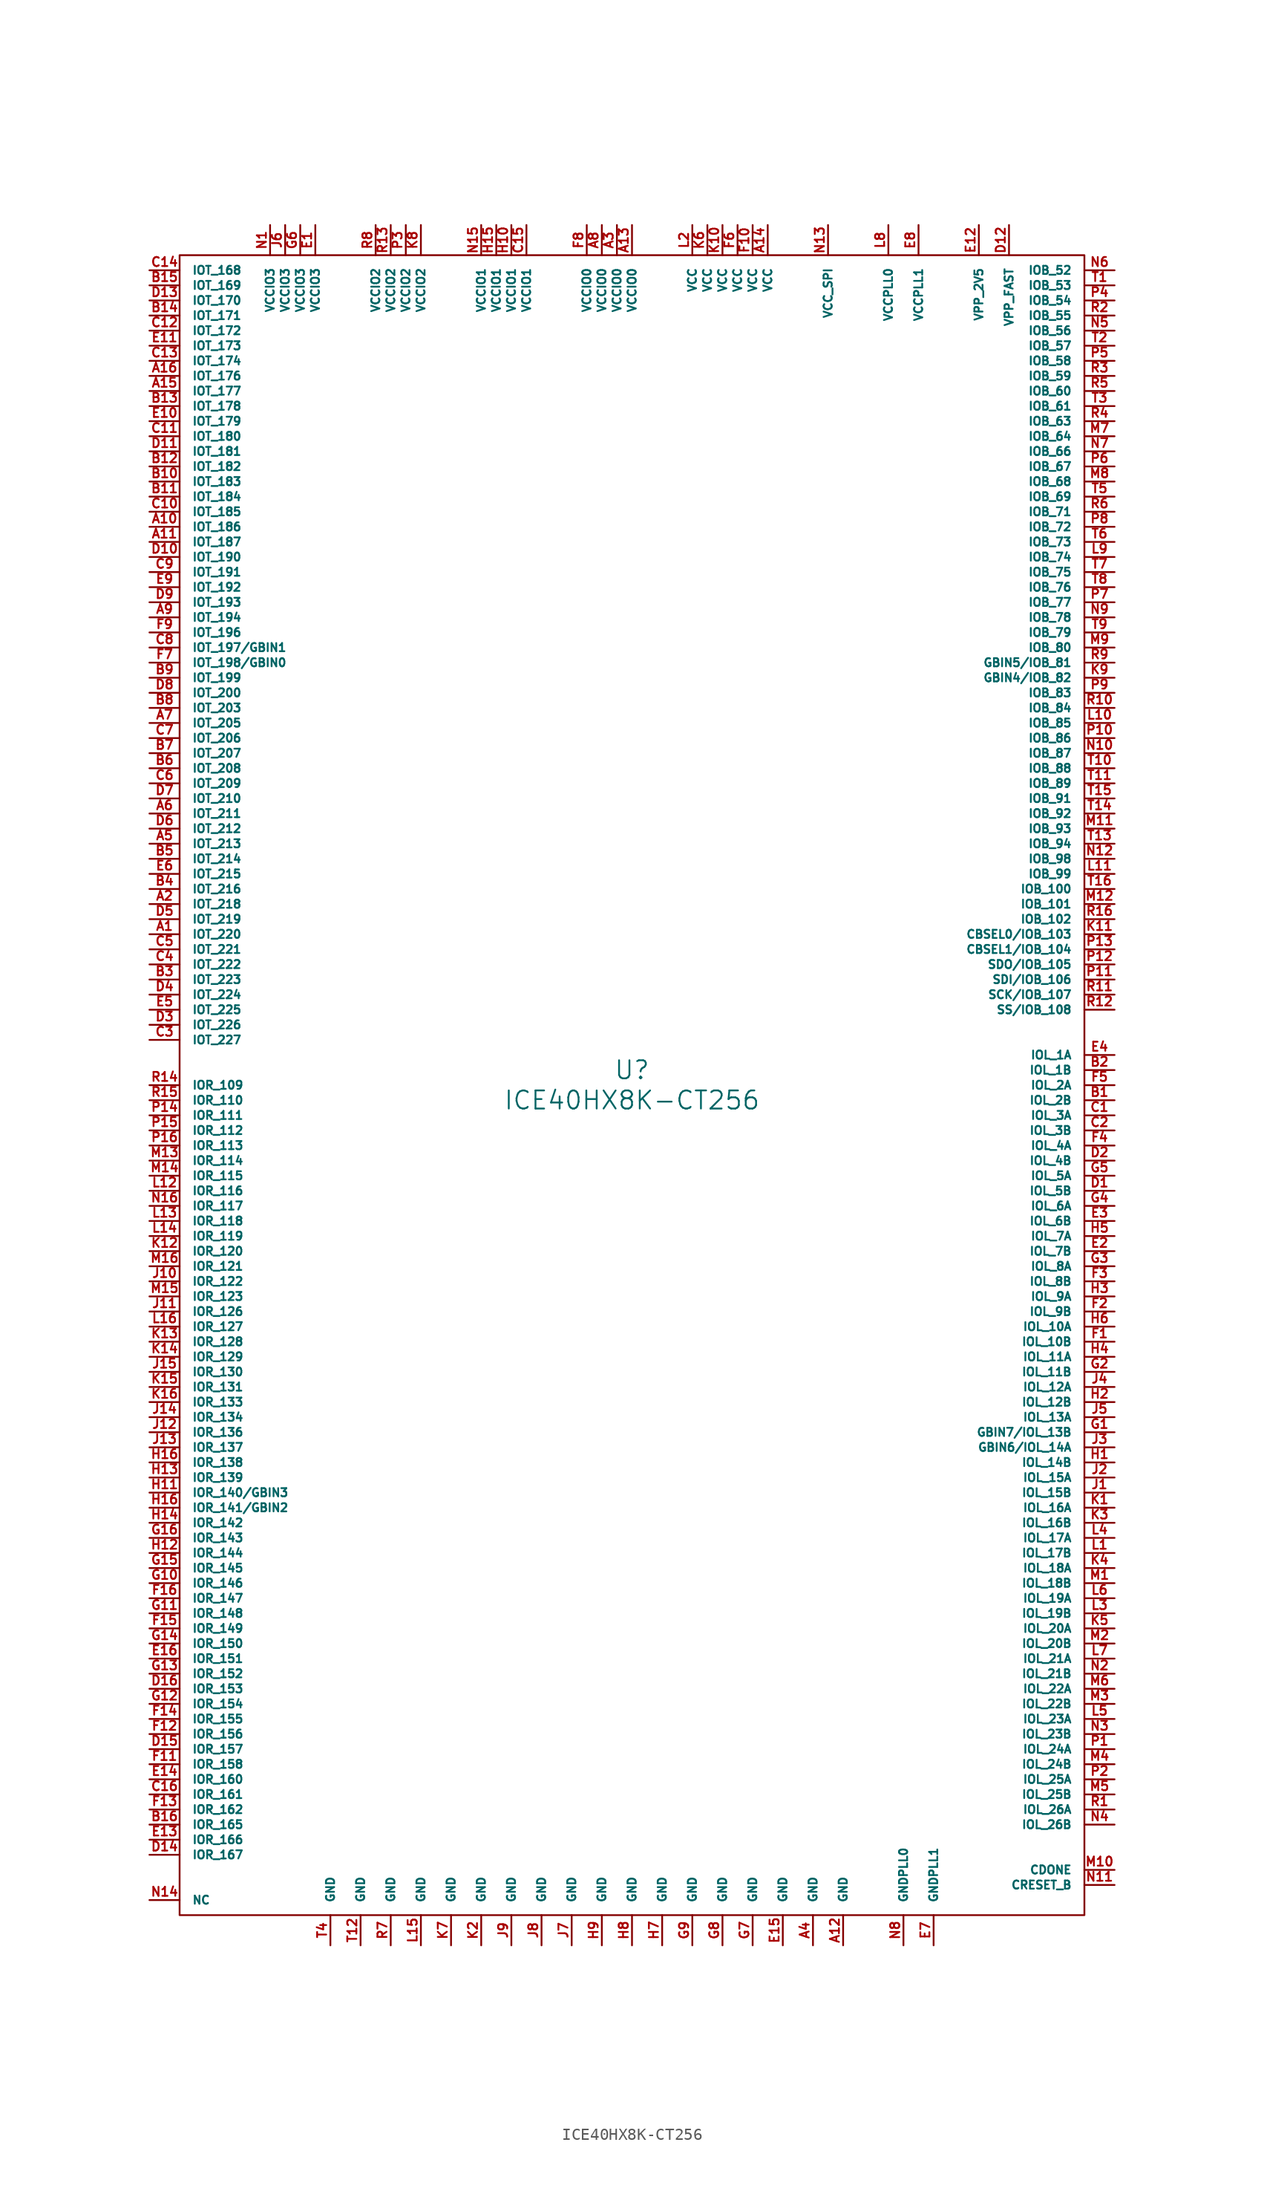
<source format=kicad_sym>
(kicad_symbol_lib
  (version 20220914)
  (generator kicad_symbol_editor)
  (symbol "ICE40HX8K-CT256"
    (pin_names
      (offset 1.016))
    (property "Reference" "U"
      (at 0 1.27 0)
      (effects (font (size 1.524 1.524))))
    (property "Value" "ICE40HX8K-CT256"
      (at 0 -1.27 0)
      (effects (font (size 1.524 1.524))))
    (property "Footprint" ""
      (at 0 3.81 0)
      (effects (font (size 1.524 1.524))))
    (property "Datasheet" ""
      (at 0 0 0)
      (effects (font (size 1.524 1.524))))
    (symbol "ICE40HX8K-CT256_0_0"
      (rectangle (start -38.1 -69.85) (end 38.1 69.85) (stroke (width 0) (type solid)) (fill (type none))))
    (symbol "ICE40HX8K-CT256_1_1"
      (pin passive line (at -40.64 12.7 0) (length 2.54) (name "IOT_220" (effects (font (size 0.686 0.686)))) (number "A1" (effects (font (size 0.762 0.762)))))
      (pin passive line (at -40.64 46.99 0) (length 2.54) (name "IOT_186" (effects (font (size 0.686 0.686)))) (number "A10" (effects (font (size 0.762 0.762)))))
      (pin passive line (at -40.64 45.72 0) (length 2.54) (name "IOT_187" (effects (font (size 0.686 0.686)))) (number "A11" (effects (font (size 0.762 0.762)))))
      (pin passive line (at 17.78 -72.39 90) (length 2.54) (name "GND" (effects (font (size 0.686 0.686)))) (number "A12" (effects (font (size 0.762 0.762)))))
      (pin passive line (at 0 72.39 270) (length 2.54) (name "VCCIO0" (effects (font (size 0.686 0.686)))) (number "A13" (effects (font (size 0.762 0.762)))))
      (pin passive line (at 11.43 72.39 270) (length 2.54) (name "VCC" (effects (font (size 0.686 0.686)))) (number "A14" (effects (font (size 0.762 0.762)))))
      (pin passive line (at -40.64 58.42 0) (length 2.54) (name "IOT_177" (effects (font (size 0.686 0.686)))) (number "A15" (effects (font (size 0.762 0.762)))))
      (pin passive line (at -40.64 59.69 0) (length 2.54) (name "IOT_176" (effects (font (size 0.686 0.686)))) (number "A16" (effects (font (size 0.762 0.762)))))
      (pin passive line (at -40.64 15.24 0) (length 2.54) (name "IOT_218" (effects (font (size 0.686 0.686)))) (number "A2" (effects (font (size 0.762 0.762)))))
      (pin passive line (at -1.27 72.39 270) (length 2.54) (name "VCCIO0" (effects (font (size 0.686 0.686)))) (number "A3" (effects (font (size 0.762 0.762)))))
      (pin passive line (at 15.24 -72.39 90) (length 2.54) (name "GND" (effects (font (size 0.686 0.686)))) (number "A4" (effects (font (size 0.762 0.762)))))
      (pin passive line (at -40.64 20.32 0) (length 2.54) (name "IOT_213" (effects (font (size 0.686 0.686)))) (number "A5" (effects (font (size 0.762 0.762)))))
      (pin passive line (at -40.64 22.86 0) (length 2.54) (name "IOT_211" (effects (font (size 0.686 0.686)))) (number "A6" (effects (font (size 0.762 0.762)))))
      (pin passive line (at -40.64 30.48 0) (length 2.54) (name "IOT_205" (effects (font (size 0.686 0.686)))) (number "A7" (effects (font (size 0.762 0.762)))))
      (pin passive line (at -2.54 72.39 270) (length 2.54) (name "VCCIO0" (effects (font (size 0.686 0.686)))) (number "A8" (effects (font (size 0.762 0.762)))))
      (pin passive line (at -40.64 39.37 0) (length 2.54) (name "IOT_194" (effects (font (size 0.686 0.686)))) (number "A9" (effects (font (size 0.762 0.762)))))
      (pin passive line (at 40.64 -1.27 180) (length 2.54) (name "IOL_2B" (effects (font (size 0.686 0.686)))) (number "B1" (effects (font (size 0.762 0.762)))))
      (pin passive line (at -40.64 50.8 0) (length 2.54) (name "IOT_183" (effects (font (size 0.686 0.686)))) (number "B10" (effects (font (size 0.762 0.762)))))
      (pin passive line (at -40.64 49.53 0) (length 2.54) (name "IOT_184" (effects (font (size 0.686 0.686)))) (number "B11" (effects (font (size 0.762 0.762)))))
      (pin passive line (at -40.64 52.07 0) (length 2.54) (name "IOT_182" (effects (font (size 0.686 0.686)))) (number "B12" (effects (font (size 0.762 0.762)))))
      (pin passive line (at -40.64 57.15 0) (length 2.54) (name "IOT_178" (effects (font (size 0.686 0.686)))) (number "B13" (effects (font (size 0.762 0.762)))))
      (pin passive line (at -40.64 64.77 0) (length 2.54) (name "IOT_171" (effects (font (size 0.686 0.686)))) (number "B14" (effects (font (size 0.762 0.762)))))
      (pin passive line (at -40.64 67.31 0) (length 2.54) (name "IOT_169" (effects (font (size 0.686 0.686)))) (number "B15" (effects (font (size 0.762 0.762)))))
      (pin passive line (at -40.64 -62.23 0) (length 2.54) (name "IOR_165" (effects (font (size 0.686 0.686)))) (number "B16" (effects (font (size 0.762 0.762)))))
      (pin passive line (at 40.64 1.27 180) (length 2.54) (name "IOL_1B" (effects (font (size 0.686 0.686)))) (number "B2" (effects (font (size 0.762 0.762)))))
      (pin passive line (at -40.64 8.89 0) (length 2.54) (name "IOT_223" (effects (font (size 0.686 0.686)))) (number "B3" (effects (font (size 0.762 0.762)))))
      (pin passive line (at -40.64 16.51 0) (length 2.54) (name "IOT_216" (effects (font (size 0.686 0.686)))) (number "B4" (effects (font (size 0.762 0.762)))))
      (pin passive line (at -40.64 19.05 0) (length 2.54) (name "IOT_214" (effects (font (size 0.686 0.686)))) (number "B5" (effects (font (size 0.762 0.762)))))
      (pin passive line (at -40.64 26.67 0) (length 2.54) (name "IOT_208" (effects (font (size 0.686 0.686)))) (number "B6" (effects (font (size 0.762 0.762)))))
      (pin passive line (at -40.64 27.94 0) (length 2.54) (name "IOT_207" (effects (font (size 0.686 0.686)))) (number "B7" (effects (font (size 0.762 0.762)))))
      (pin passive line (at -40.64 31.75 0) (length 2.54) (name "IOT_203" (effects (font (size 0.686 0.686)))) (number "B8" (effects (font (size 0.762 0.762)))))
      (pin passive line (at -40.64 34.29 0) (length 2.54) (name "IOT_199" (effects (font (size 0.686 0.686)))) (number "B9" (effects (font (size 0.762 0.762)))))
      (pin passive line (at 40.64 -2.54 180) (length 2.54) (name "IOL_3A" (effects (font (size 0.686 0.686)))) (number "C1" (effects (font (size 0.762 0.762)))))
      (pin passive line (at -40.64 48.26 0) (length 2.54) (name "IOT_185" (effects (font (size 0.686 0.686)))) (number "C10" (effects (font (size 0.762 0.762)))))
      (pin passive line (at -40.64 54.61 0) (length 2.54) (name "IOT_180" (effects (font (size 0.686 0.686)))) (number "C11" (effects (font (size 0.762 0.762)))))
      (pin passive line (at -40.64 63.5 0) (length 2.54) (name "IOT_172" (effects (font (size 0.686 0.686)))) (number "C12" (effects (font (size 0.762 0.762)))))
      (pin passive line (at -40.64 60.96 0) (length 2.54) (name "IOT_174" (effects (font (size 0.686 0.686)))) (number "C13" (effects (font (size 0.762 0.762)))))
      (pin passive line (at -40.64 68.58 0) (length 2.54) (name "IOT_168" (effects (font (size 0.686 0.686)))) (number "C14" (effects (font (size 0.762 0.762)))))
      (pin passive line (at -8.89 72.39 270) (length 2.54) (name "VCCIO1" (effects (font (size 0.686 0.686)))) (number "C15" (effects (font (size 0.762 0.762)))))
      (pin passive line (at -40.64 -59.69 0) (length 2.54) (name "IOR_161" (effects (font (size 0.686 0.686)))) (number "C16" (effects (font (size 0.762 0.762)))))
      (pin passive line (at 40.64 -3.81 180) (length 2.54) (name "IOL_3B" (effects (font (size 0.686 0.686)))) (number "C2" (effects (font (size 0.762 0.762)))))
      (pin passive line (at -40.64 3.81 0) (length 2.54) (name "IOT_227" (effects (font (size 0.686 0.686)))) (number "C3" (effects (font (size 0.762 0.762)))))
      (pin passive line (at -40.64 10.16 0) (length 2.54) (name "IOT_222" (effects (font (size 0.686 0.686)))) (number "C4" (effects (font (size 0.762 0.762)))))
      (pin passive line (at -40.64 11.43 0) (length 2.54) (name "IOT_221" (effects (font (size 0.686 0.686)))) (number "C5" (effects (font (size 0.762 0.762)))))
      (pin passive line (at -40.64 25.4 0) (length 2.54) (name "IOT_209" (effects (font (size 0.686 0.686)))) (number "C6" (effects (font (size 0.762 0.762)))))
      (pin passive line (at -40.64 29.21 0) (length 2.54) (name "IOT_206" (effects (font (size 0.686 0.686)))) (number "C7" (effects (font (size 0.762 0.762)))))
      (pin passive line (at -40.64 36.83 0) (length 2.54) (name "IOT_197/GBIN1" (effects (font (size 0.686 0.686)))) (number "C8" (effects (font (size 0.762 0.762)))))
      (pin passive line (at -40.64 43.18 0) (length 2.54) (name "IOT_191" (effects (font (size 0.686 0.686)))) (number "C9" (effects (font (size 0.762 0.762)))))
      (pin passive line (at 40.64 -8.89 180) (length 2.54) (name "IOL_5B" (effects (font (size 0.686 0.686)))) (number "D1" (effects (font (size 0.762 0.762)))))
      (pin passive line (at -40.64 44.45 0) (length 2.54) (name "IOT_190" (effects (font (size 0.686 0.686)))) (number "D10" (effects (font (size 0.762 0.762)))))
      (pin passive line (at -40.64 53.34 0) (length 2.54) (name "IOT_181" (effects (font (size 0.686 0.686)))) (number "D11" (effects (font (size 0.762 0.762)))))
      (pin passive line (at 31.75 72.39 270) (length 2.54) (name "VPP_FAST" (effects (font (size 0.686 0.686)))) (number "D12" (effects (font (size 0.762 0.762)))))
      (pin passive line (at -40.64 66.04 0) (length 2.54) (name "IOT_170" (effects (font (size 0.686 0.686)))) (number "D13" (effects (font (size 0.762 0.762)))))
      (pin passive line (at -40.64 -64.77 0) (length 2.54) (name "IOR_167" (effects (font (size 0.686 0.686)))) (number "D14" (effects (font (size 0.762 0.762)))))
      (pin passive line (at -40.64 -55.88 0) (length 2.54) (name "IOR_157" (effects (font (size 0.686 0.686)))) (number "D15" (effects (font (size 0.762 0.762)))))
      (pin passive line (at -40.64 -50.8 0) (length 2.54) (name "IOR_153" (effects (font (size 0.686 0.686)))) (number "D16" (effects (font (size 0.762 0.762)))))
      (pin passive line (at 40.64 -6.35 180) (length 2.54) (name "IOL_4B" (effects (font (size 0.686 0.686)))) (number "D2" (effects (font (size 0.762 0.762)))))
      (pin passive line (at -40.64 5.08 0) (length 2.54) (name "IOT_226" (effects (font (size 0.686 0.686)))) (number "D3" (effects (font (size 0.762 0.762)))))
      (pin passive line (at -40.64 7.62 0) (length 2.54) (name "IOT_224" (effects (font (size 0.686 0.686)))) (number "D4" (effects (font (size 0.762 0.762)))))
      (pin passive line (at -40.64 13.97 0) (length 2.54) (name "IOT_219" (effects (font (size 0.686 0.686)))) (number "D5" (effects (font (size 0.762 0.762)))))
      (pin passive line (at -40.64 21.59 0) (length 2.54) (name "IOT_212" (effects (font (size 0.686 0.686)))) (number "D6" (effects (font (size 0.762 0.762)))))
      (pin passive line (at -40.64 24.13 0) (length 2.54) (name "IOT_210" (effects (font (size 0.686 0.686)))) (number "D7" (effects (font (size 0.762 0.762)))))
      (pin passive line (at -40.64 33.02 0) (length 2.54) (name "IOT_200" (effects (font (size 0.686 0.686)))) (number "D8" (effects (font (size 0.762 0.762)))))
      (pin passive line (at -40.64 40.64 0) (length 2.54) (name "IOT_193" (effects (font (size 0.686 0.686)))) (number "D9" (effects (font (size 0.762 0.762)))))
      (pin passive line (at -26.67 72.39 270) (length 2.54) (name "VCCIO3" (effects (font (size 0.686 0.686)))) (number "E1" (effects (font (size 0.762 0.762)))))
      (pin passive line (at -40.64 55.88 0) (length 2.54) (name "IOT_179" (effects (font (size 0.686 0.686)))) (number "E10" (effects (font (size 0.762 0.762)))))
      (pin passive line (at -40.64 62.23 0) (length 2.54) (name "IOT_173" (effects (font (size 0.686 0.686)))) (number "E11" (effects (font (size 0.762 0.762)))))
      (pin passive line (at 29.21 72.39 270) (length 2.54) (name "VPP_2V5" (effects (font (size 0.686 0.686)))) (number "E12" (effects (font (size 0.762 0.762)))))
      (pin passive line (at -40.64 -63.5 0) (length 2.54) (name "IOR_166" (effects (font (size 0.686 0.686)))) (number "E13" (effects (font (size 0.762 0.762)))))
      (pin passive line (at -40.64 -58.42 0) (length 2.54) (name "IOR_160" (effects (font (size 0.686 0.686)))) (number "E14" (effects (font (size 0.762 0.762)))))
      (pin passive line (at 12.7 -72.39 90) (length 2.54) (name "GND" (effects (font (size 0.686 0.686)))) (number "E15" (effects (font (size 0.762 0.762)))))
      (pin passive line (at -40.64 -48.26 0) (length 2.54) (name "IOR_151" (effects (font (size 0.686 0.686)))) (number "E16" (effects (font (size 0.762 0.762)))))
      (pin passive line (at 40.64 -13.97 180) (length 2.54) (name "IOL_7B" (effects (font (size 0.686 0.686)))) (number "E2" (effects (font (size 0.762 0.762)))))
      (pin passive line (at 40.64 -11.43 180) (length 2.54) (name "IOL_6B" (effects (font (size 0.686 0.686)))) (number "E3" (effects (font (size 0.762 0.762)))))
      (pin passive line (at 40.64 2.54 180) (length 2.54) (name "IOL_1A" (effects (font (size 0.686 0.686)))) (number "E4" (effects (font (size 0.762 0.762)))))
      (pin passive line (at -40.64 6.35 0) (length 2.54) (name "IOT_225" (effects (font (size 0.686 0.686)))) (number "E5" (effects (font (size 0.762 0.762)))))
      (pin passive line (at -40.64 17.78 0) (length 2.54) (name "IOT_215" (effects (font (size 0.686 0.686)))) (number "E6" (effects (font (size 0.762 0.762)))))
      (pin passive line (at 25.4 -72.39 90) (length 2.54) (name "GNDPLL1" (effects (font (size 0.686 0.686)))) (number "E7" (effects (font (size 0.762 0.762)))))
      (pin passive line (at 24.13 72.39 270) (length 2.54) (name "VCCPLL1" (effects (font (size 0.686 0.686)))) (number "E8" (effects (font (size 0.762 0.762)))))
      (pin passive line (at -40.64 41.91 0) (length 2.54) (name "IOT_192" (effects (font (size 0.686 0.686)))) (number "E9" (effects (font (size 0.762 0.762)))))
      (pin passive line (at 40.64 -21.59 180) (length 2.54) (name "IOL_10B" (effects (font (size 0.686 0.686)))) (number "F1" (effects (font (size 0.762 0.762)))))
      (pin passive line (at 10.16 72.39 270) (length 2.54) (name "VCC" (effects (font (size 0.686 0.686)))) (number "F10" (effects (font (size 0.762 0.762)))))
      (pin passive line (at -40.64 -57.15 0) (length 2.54) (name "IOR_158" (effects (font (size 0.686 0.686)))) (number "F11" (effects (font (size 0.762 0.762)))))
      (pin passive line (at -40.64 -54.61 0) (length 2.54) (name "IOR_156" (effects (font (size 0.686 0.686)))) (number "F12" (effects (font (size 0.762 0.762)))))
      (pin passive line (at -40.64 -60.96 0) (length 2.54) (name "IOR_162" (effects (font (size 0.686 0.686)))) (number "F13" (effects (font (size 0.762 0.762)))))
      (pin passive line (at -40.64 -53.34 0) (length 2.54) (name "IOR_155" (effects (font (size 0.686 0.686)))) (number "F14" (effects (font (size 0.762 0.762)))))
      (pin passive line (at -40.64 -45.72 0) (length 2.54) (name "IOR_149" (effects (font (size 0.686 0.686)))) (number "F15" (effects (font (size 0.762 0.762)))))
      (pin passive line (at -40.64 -43.18 0) (length 2.54) (name "IOR_147" (effects (font (size 0.686 0.686)))) (number "F16" (effects (font (size 0.762 0.762)))))
      (pin passive line (at 40.64 -19.05 180) (length 2.54) (name "IOL_9B" (effects (font (size 0.686 0.686)))) (number "F2" (effects (font (size 0.762 0.762)))))
      (pin passive line (at 40.64 -16.51 180) (length 2.54) (name "IOL_8B" (effects (font (size 0.686 0.686)))) (number "F3" (effects (font (size 0.762 0.762)))))
      (pin passive line (at 40.64 -5.08 180) (length 2.54) (name "IOL_4A" (effects (font (size 0.686 0.686)))) (number "F4" (effects (font (size 0.762 0.762)))))
      (pin passive line (at 40.64 0 180) (length 2.54) (name "IOL_2A" (effects (font (size 0.686 0.686)))) (number "F5" (effects (font (size 0.762 0.762)))))
      (pin passive line (at 8.89 72.39 270) (length 2.54) (name "VCC" (effects (font (size 0.686 0.686)))) (number "F6" (effects (font (size 0.762 0.762)))))
      (pin passive line (at -40.64 35.56 0) (length 2.54) (name "IOT_198/GBIN0" (effects (font (size 0.686 0.686)))) (number "F7" (effects (font (size 0.762 0.762)))))
      (pin passive line (at -3.81 72.39 270) (length 2.54) (name "VCCIO0" (effects (font (size 0.686 0.686)))) (number "F8" (effects (font (size 0.762 0.762)))))
      (pin passive line (at -40.64 38.1 0) (length 2.54) (name "IOT_196" (effects (font (size 0.686 0.686)))) (number "F9" (effects (font (size 0.762 0.762)))))
      (pin passive line (at 40.64 -29.21 180) (length 2.54) (name "GBIN7/IOL_13B" (effects (font (size 0.686 0.686)))) (number "G1" (effects (font (size 0.762 0.762)))))
      (pin passive line (at -40.64 -41.91 0) (length 2.54) (name "IOR_146" (effects (font (size 0.686 0.686)))) (number "G10" (effects (font (size 0.762 0.762)))))
      (pin passive line (at -40.64 -44.45 0) (length 2.54) (name "IOR_148" (effects (font (size 0.686 0.686)))) (number "G11" (effects (font (size 0.762 0.762)))))
      (pin passive line (at -40.64 -52.07 0) (length 2.54) (name "IOR_154" (effects (font (size 0.686 0.686)))) (number "G12" (effects (font (size 0.762 0.762)))))
      (pin passive line (at -40.64 -49.53 0) (length 2.54) (name "IOR_152" (effects (font (size 0.686 0.686)))) (number "G13" (effects (font (size 0.762 0.762)))))
      (pin passive line (at -40.64 -46.99 0) (length 2.54) (name "IOR_150" (effects (font (size 0.686 0.686)))) (number "G14" (effects (font (size 0.762 0.762)))))
      (pin passive line (at -40.64 -40.64 0) (length 2.54) (name "IOR_145" (effects (font (size 0.686 0.686)))) (number "G15" (effects (font (size 0.762 0.762)))))
      (pin passive line (at -40.64 -38.1 0) (length 2.54) (name "IOR_143" (effects (font (size 0.686 0.686)))) (number "G16" (effects (font (size 0.762 0.762)))))
      (pin passive line (at 40.64 -24.13 180) (length 2.54) (name "IOL_11B" (effects (font (size 0.686 0.686)))) (number "G2" (effects (font (size 0.762 0.762)))))
      (pin passive line (at 40.64 -15.24 180) (length 2.54) (name "IOL_8A" (effects (font (size 0.686 0.686)))) (number "G3" (effects (font (size 0.762 0.762)))))
      (pin passive line (at 40.64 -10.16 180) (length 2.54) (name "IOL_6A" (effects (font (size 0.686 0.686)))) (number "G4" (effects (font (size 0.762 0.762)))))
      (pin passive line (at 40.64 -7.62 180) (length 2.54) (name "IOL_5A" (effects (font (size 0.686 0.686)))) (number "G5" (effects (font (size 0.762 0.762)))))
      (pin passive line (at -27.94 72.39 270) (length 2.54) (name "VCCIO3" (effects (font (size 0.686 0.686)))) (number "G6" (effects (font (size 0.762 0.762)))))
      (pin passive line (at 10.16 -72.39 90) (length 2.54) (name "GND" (effects (font (size 0.686 0.686)))) (number "G7" (effects (font (size 0.762 0.762)))))
      (pin passive line (at 7.62 -72.39 90) (length 2.54) (name "GND" (effects (font (size 0.686 0.686)))) (number "G8" (effects (font (size 0.762 0.762)))))
      (pin passive line (at 5.08 -72.39 90) (length 2.54) (name "GND" (effects (font (size 0.686 0.686)))) (number "G9" (effects (font (size 0.762 0.762)))))
      (pin passive line (at 40.64 -31.75 180) (length 2.54) (name "IOL_14B" (effects (font (size 0.686 0.686)))) (number "H1" (effects (font (size 0.762 0.762)))))
      (pin passive line (at -10.16 72.39 270) (length 2.54) (name "VCCIO1" (effects (font (size 0.686 0.686)))) (number "H10" (effects (font (size 0.762 0.762)))))
      (pin passive line (at -40.64 -34.29 0) (length 2.54) (name "IOR_140/GBIN3" (effects (font (size 0.686 0.686)))) (number "H11" (effects (font (size 0.762 0.762)))))
      (pin passive line (at -40.64 -39.37 0) (length 2.54) (name "IOR_144" (effects (font (size 0.686 0.686)))) (number "H12" (effects (font (size 0.762 0.762)))))
      (pin passive line (at -40.64 -33.02 0) (length 2.54) (name "IOR_139" (effects (font (size 0.686 0.686)))) (number "H13" (effects (font (size 0.762 0.762)))))
      (pin passive line (at -40.64 -36.83 0) (length 2.54) (name "IOR_142" (effects (font (size 0.686 0.686)))) (number "H14" (effects (font (size 0.762 0.762)))))
      (pin passive line (at -11.43 72.39 270) (length 2.54) (name "VCCIO1" (effects (font (size 0.686 0.686)))) (number "H15" (effects (font (size 0.762 0.762)))))
      (pin passive line (at -40.64 -31.75 0) (length 2.54) (name "IOR_138" (effects (font (size 0.686 0.686)))) (number "H16" (effects (font (size 0.762 0.762)))))
      (pin passive line (at -40.64 -35.56 0) (length 2.54) (name "IOR_141/GBIN2" (effects (font (size 0.686 0.686)))) (number "H16" (effects (font (size 0.762 0.762)))))
      (pin passive line (at 40.64 -26.67 180) (length 2.54) (name "IOL_12B" (effects (font (size 0.686 0.686)))) (number "H2" (effects (font (size 0.762 0.762)))))
      (pin passive line (at 40.64 -17.78 180) (length 2.54) (name "IOL_9A" (effects (font (size 0.686 0.686)))) (number "H3" (effects (font (size 0.762 0.762)))))
      (pin passive line (at 40.64 -22.86 180) (length 2.54) (name "IOL_11A" (effects (font (size 0.686 0.686)))) (number "H4" (effects (font (size 0.762 0.762)))))
      (pin passive line (at 40.64 -12.7 180) (length 2.54) (name "IOL_7A" (effects (font (size 0.686 0.686)))) (number "H5" (effects (font (size 0.762 0.762)))))
      (pin passive line (at 40.64 -20.32 180) (length 2.54) (name "IOL_10A" (effects (font (size 0.686 0.686)))) (number "H6" (effects (font (size 0.762 0.762)))))
      (pin passive line (at 2.54 -72.39 90) (length 2.54) (name "GND" (effects (font (size 0.686 0.686)))) (number "H7" (effects (font (size 0.762 0.762)))))
      (pin passive line (at 0 -72.39 90) (length 2.54) (name "GND" (effects (font (size 0.686 0.686)))) (number "H8" (effects (font (size 0.762 0.762)))))
      (pin passive line (at -2.54 -72.39 90) (length 2.54) (name "GND" (effects (font (size 0.686 0.686)))) (number "H9" (effects (font (size 0.762 0.762)))))
      (pin passive line (at 40.64 -34.29 180) (length 2.54) (name "IOL_15B" (effects (font (size 0.686 0.686)))) (number "J1" (effects (font (size 0.762 0.762)))))
      (pin passive line (at -40.64 -16.51 0) (length 2.54) (name "IOR_122" (effects (font (size 0.686 0.686)))) (number "J10" (effects (font (size 0.762 0.762)))))
      (pin passive line (at -40.64 -19.05 0) (length 2.54) (name "IOR_126" (effects (font (size 0.686 0.686)))) (number "J11" (effects (font (size 0.762 0.762)))))
      (pin passive line (at -40.64 -29.21 0) (length 2.54) (name "IOR_136" (effects (font (size 0.686 0.686)))) (number "J12" (effects (font (size 0.762 0.762)))))
      (pin passive line (at -40.64 -30.48 0) (length 2.54) (name "IOR_137" (effects (font (size 0.686 0.686)))) (number "J13" (effects (font (size 0.762 0.762)))))
      (pin passive line (at -40.64 -27.94 0) (length 2.54) (name "IOR_134" (effects (font (size 0.686 0.686)))) (number "J14" (effects (font (size 0.762 0.762)))))
      (pin passive line (at -40.64 -24.13 0) (length 2.54) (name "IOR_130" (effects (font (size 0.686 0.686)))) (number "J15" (effects (font (size 0.762 0.762)))))
      (pin passive line (at 40.64 -33.02 180) (length 2.54) (name "IOL_15A" (effects (font (size 0.686 0.686)))) (number "J2" (effects (font (size 0.762 0.762)))))
      (pin passive line (at 40.64 -30.48 180) (length 2.54) (name "GBIN6/IOL_14A" (effects (font (size 0.686 0.686)))) (number "J3" (effects (font (size 0.762 0.762)))))
      (pin passive line (at 40.64 -25.4 180) (length 2.54) (name "IOL_12A" (effects (font (size 0.686 0.686)))) (number "J4" (effects (font (size 0.762 0.762)))))
      (pin passive line (at 40.64 -27.94 180) (length 2.54) (name "IOL_13A" (effects (font (size 0.686 0.686)))) (number "J5" (effects (font (size 0.762 0.762)))))
      (pin passive line (at -29.21 72.39 270) (length 2.54) (name "VCCIO3" (effects (font (size 0.686 0.686)))) (number "J6" (effects (font (size 0.762 0.762)))))
      (pin passive line (at -5.08 -72.39 90) (length 2.54) (name "GND" (effects (font (size 0.686 0.686)))) (number "J7" (effects (font (size 0.762 0.762)))))
      (pin passive line (at -7.62 -72.39 90) (length 2.54) (name "GND" (effects (font (size 0.686 0.686)))) (number "J8" (effects (font (size 0.762 0.762)))))
      (pin passive line (at -10.16 -72.39 90) (length 2.54) (name "GND" (effects (font (size 0.686 0.686)))) (number "J9" (effects (font (size 0.762 0.762)))))
      (pin passive line (at 40.64 -35.56 180) (length 2.54) (name "IOL_16A" (effects (font (size 0.686 0.686)))) (number "K1" (effects (font (size 0.762 0.762)))))
      (pin passive line (at 7.62 72.39 270) (length 2.54) (name "VCC" (effects (font (size 0.686 0.686)))) (number "K10" (effects (font (size 0.762 0.762)))))
      (pin passive line (at 40.64 12.7 180) (length 2.54) (name "CBSEL0/IOB_103" (effects (font (size 0.686 0.686)))) (number "K11" (effects (font (size 0.762 0.762)))))
      (pin passive line (at -40.64 -13.97 0) (length 2.54) (name "IOR_120" (effects (font (size 0.686 0.686)))) (number "K12" (effects (font (size 0.762 0.762)))))
      (pin passive line (at -40.64 -21.59 0) (length 2.54) (name "IOR_128" (effects (font (size 0.686 0.686)))) (number "K13" (effects (font (size 0.762 0.762)))))
      (pin passive line (at -40.64 -22.86 0) (length 2.54) (name "IOR_129" (effects (font (size 0.686 0.686)))) (number "K14" (effects (font (size 0.762 0.762)))))
      (pin passive line (at -40.64 -25.4 0) (length 2.54) (name "IOR_131" (effects (font (size 0.686 0.686)))) (number "K15" (effects (font (size 0.762 0.762)))))
      (pin passive line (at -40.64 -26.67 0) (length 2.54) (name "IOR_133" (effects (font (size 0.686 0.686)))) (number "K16" (effects (font (size 0.762 0.762)))))
      (pin passive line (at -12.7 -72.39 90) (length 2.54) (name "GND" (effects (font (size 0.686 0.686)))) (number "K2" (effects (font (size 0.762 0.762)))))
      (pin passive line (at 40.64 -36.83 180) (length 2.54) (name "IOL_16B" (effects (font (size 0.686 0.686)))) (number "K3" (effects (font (size 0.762 0.762)))))
      (pin passive line (at 40.64 -40.64 180) (length 2.54) (name "IOL_18A" (effects (font (size 0.686 0.686)))) (number "K4" (effects (font (size 0.762 0.762)))))
      (pin passive line (at 40.64 -45.72 180) (length 2.54) (name "IOL_20A" (effects (font (size 0.686 0.686)))) (number "K5" (effects (font (size 0.762 0.762)))))
      (pin passive line (at 6.35 72.39 270) (length 2.54) (name "VCC" (effects (font (size 0.686 0.686)))) (number "K6" (effects (font (size 0.762 0.762)))))
      (pin passive line (at -15.24 -72.39 90) (length 2.54) (name "GND" (effects (font (size 0.686 0.686)))) (number "K7" (effects (font (size 0.762 0.762)))))
      (pin passive line (at -17.78 72.39 270) (length 2.54) (name "VCCIO2" (effects (font (size 0.686 0.686)))) (number "K8" (effects (font (size 0.762 0.762)))))
      (pin passive line (at 40.64 34.29 180) (length 2.54) (name "GBIN4/IOB_82" (effects (font (size 0.686 0.686)))) (number "K9" (effects (font (size 0.762 0.762)))))
      (pin passive line (at 40.64 -39.37 180) (length 2.54) (name "IOL_17B" (effects (font (size 0.686 0.686)))) (number "L1" (effects (font (size 0.762 0.762)))))
      (pin passive line (at 40.64 30.48 180) (length 2.54) (name "IOB_85" (effects (font (size 0.686 0.686)))) (number "L10" (effects (font (size 0.762 0.762)))))
      (pin passive line (at 40.64 17.78 180) (length 2.54) (name "IOB_99" (effects (font (size 0.686 0.686)))) (number "L11" (effects (font (size 0.762 0.762)))))
      (pin passive line (at -40.64 -8.89 0) (length 2.54) (name "IOR_116" (effects (font (size 0.686 0.686)))) (number "L12" (effects (font (size 0.762 0.762)))))
      (pin passive line (at -40.64 -11.43 0) (length 2.54) (name "IOR_118" (effects (font (size 0.686 0.686)))) (number "L13" (effects (font (size 0.762 0.762)))))
      (pin passive line (at -40.64 -12.7 0) (length 2.54) (name "IOR_119" (effects (font (size 0.686 0.686)))) (number "L14" (effects (font (size 0.762 0.762)))))
      (pin passive line (at -17.78 -72.39 90) (length 2.54) (name "GND" (effects (font (size 0.686 0.686)))) (number "L15" (effects (font (size 0.762 0.762)))))
      (pin passive line (at -40.64 -20.32 0) (length 2.54) (name "IOR_127" (effects (font (size 0.686 0.686)))) (number "L16" (effects (font (size 0.762 0.762)))))
      (pin passive line (at 5.08 72.39 270) (length 2.54) (name "VCC" (effects (font (size 0.686 0.686)))) (number "L2" (effects (font (size 0.762 0.762)))))
      (pin passive line (at 40.64 -44.45 180) (length 2.54) (name "IOL_19B" (effects (font (size 0.686 0.686)))) (number "L3" (effects (font (size 0.762 0.762)))))
      (pin passive line (at 40.64 -38.1 180) (length 2.54) (name "IOL_17A" (effects (font (size 0.686 0.686)))) (number "L4" (effects (font (size 0.762 0.762)))))
      (pin passive line (at 40.64 -53.34 180) (length 2.54) (name "IOL_23A" (effects (font (size 0.686 0.686)))) (number "L5" (effects (font (size 0.762 0.762)))))
      (pin passive line (at 40.64 -43.18 180) (length 2.54) (name "IOL_19A" (effects (font (size 0.686 0.686)))) (number "L6" (effects (font (size 0.762 0.762)))))
      (pin passive line (at 40.64 -48.26 180) (length 2.54) (name "IOL_21A" (effects (font (size 0.686 0.686)))) (number "L7" (effects (font (size 0.762 0.762)))))
      (pin passive line (at 21.59 72.39 270) (length 2.54) (name "VCCPLL0" (effects (font (size 0.686 0.686)))) (number "L8" (effects (font (size 0.762 0.762)))))
      (pin passive line (at 40.64 44.45 180) (length 2.54) (name "IOB_74" (effects (font (size 0.686 0.686)))) (number "L9" (effects (font (size 0.762 0.762)))))
      (pin passive line (at 40.64 -41.91 180) (length 2.54) (name "IOL_18B" (effects (font (size 0.686 0.686)))) (number "M1" (effects (font (size 0.762 0.762)))))
      (pin passive line (at 40.64 -66.04 180) (length 2.54) (name "CDONE" (effects (font (size 0.686 0.686)))) (number "M10" (effects (font (size 0.762 0.762)))))
      (pin passive line (at 40.64 21.59 180) (length 2.54) (name "IOB_93" (effects (font (size 0.686 0.686)))) (number "M11" (effects (font (size 0.762 0.762)))))
      (pin passive line (at 40.64 15.24 180) (length 2.54) (name "IOB_101" (effects (font (size 0.686 0.686)))) (number "M12" (effects (font (size 0.762 0.762)))))
      (pin passive line (at -40.64 -6.35 0) (length 2.54) (name "IOR_114" (effects (font (size 0.686 0.686)))) (number "M13" (effects (font (size 0.762 0.762)))))
      (pin passive line (at -40.64 -7.62 0) (length 2.54) (name "IOR_115" (effects (font (size 0.686 0.686)))) (number "M14" (effects (font (size 0.762 0.762)))))
      (pin passive line (at -40.64 -17.78 0) (length 2.54) (name "IOR_123" (effects (font (size 0.686 0.686)))) (number "M15" (effects (font (size 0.762 0.762)))))
      (pin passive line (at -40.64 -15.24 0) (length 2.54) (name "IOR_121" (effects (font (size 0.686 0.686)))) (number "M16" (effects (font (size 0.762 0.762)))))
      (pin passive line (at 40.64 -46.99 180) (length 2.54) (name "IOL_20B" (effects (font (size 0.686 0.686)))) (number "M2" (effects (font (size 0.762 0.762)))))
      (pin passive line (at 40.64 -52.07 180) (length 2.54) (name "IOL_22B" (effects (font (size 0.686 0.686)))) (number "M3" (effects (font (size 0.762 0.762)))))
      (pin passive line (at 40.64 -57.15 180) (length 2.54) (name "IOL_24B" (effects (font (size 0.686 0.686)))) (number "M4" (effects (font (size 0.762 0.762)))))
      (pin passive line (at 40.64 -59.69 180) (length 2.54) (name "IOL_25B" (effects (font (size 0.686 0.686)))) (number "M5" (effects (font (size 0.762 0.762)))))
      (pin passive line (at 40.64 -50.8 180) (length 2.54) (name "IOL_22A" (effects (font (size 0.686 0.686)))) (number "M6" (effects (font (size 0.762 0.762)))))
      (pin passive line (at 40.64 54.61 180) (length 2.54) (name "IOB_64" (effects (font (size 0.686 0.686)))) (number "M7" (effects (font (size 0.762 0.762)))))
      (pin passive line (at 40.64 50.8 180) (length 2.54) (name "IOB_68" (effects (font (size 0.686 0.686)))) (number "M8" (effects (font (size 0.762 0.762)))))
      (pin passive line (at 40.64 36.83 180) (length 2.54) (name "IOB_80" (effects (font (size 0.686 0.686)))) (number "M9" (effects (font (size 0.762 0.762)))))
      (pin passive line (at -30.48 72.39 270) (length 2.54) (name "VCCIO3" (effects (font (size 0.686 0.686)))) (number "N1" (effects (font (size 0.762 0.762)))))
      (pin passive line (at 40.64 27.94 180) (length 2.54) (name "IOB_87" (effects (font (size 0.686 0.686)))) (number "N10" (effects (font (size 0.762 0.762)))))
      (pin passive line (at 40.64 -67.31 180) (length 2.54) (name "CRESET_B" (effects (font (size 0.686 0.686)))) (number "N11" (effects (font (size 0.762 0.762)))))
      (pin passive line (at 40.64 19.05 180) (length 2.54) (name "IOB_98" (effects (font (size 0.686 0.686)))) (number "N12" (effects (font (size 0.762 0.762)))))
      (pin passive line (at 16.51 72.39 270) (length 2.54) (name "VCC_SPI" (effects (font (size 0.686 0.686)))) (number "N13" (effects (font (size 0.762 0.762)))))
      (pin passive line (at -40.64 -68.58 0) (length 2.54) (name "NC" (effects (font (size 0.686 0.686)))) (number "N14" (effects (font (size 0.762 0.762)))))
      (pin passive line (at -12.7 72.39 270) (length 2.54) (name "VCCIO1" (effects (font (size 0.686 0.686)))) (number "N15" (effects (font (size 0.762 0.762)))))
      (pin passive line (at -40.64 -10.16 0) (length 2.54) (name "IOR_117" (effects (font (size 0.686 0.686)))) (number "N16" (effects (font (size 0.762 0.762)))))
      (pin passive line (at 40.64 -49.53 180) (length 2.54) (name "IOL_21B" (effects (font (size 0.686 0.686)))) (number "N2" (effects (font (size 0.762 0.762)))))
      (pin passive line (at 40.64 -54.61 180) (length 2.54) (name "IOL_23B" (effects (font (size 0.686 0.686)))) (number "N3" (effects (font (size 0.762 0.762)))))
      (pin passive line (at 40.64 -62.23 180) (length 2.54) (name "IOL_26B" (effects (font (size 0.686 0.686)))) (number "N4" (effects (font (size 0.762 0.762)))))
      (pin passive line (at 40.64 63.5 180) (length 2.54) (name "IOB_56" (effects (font (size 0.686 0.686)))) (number "N5" (effects (font (size 0.762 0.762)))))
      (pin passive line (at 40.64 68.58 180) (length 2.54) (name "IOB_52" (effects (font (size 0.686 0.686)))) (number "N6" (effects (font (size 0.762 0.762)))))
      (pin passive line (at 40.64 53.34 180) (length 2.54) (name "IOB_66" (effects (font (size 0.686 0.686)))) (number "N7" (effects (font (size 0.762 0.762)))))
      (pin passive line (at 22.86 -72.39 90) (length 2.54) (name "GNDPLL0" (effects (font (size 0.686 0.686)))) (number "N8" (effects (font (size 0.762 0.762)))))
      (pin passive line (at 40.64 39.37 180) (length 2.54) (name "IOB_78" (effects (font (size 0.686 0.686)))) (number "N9" (effects (font (size 0.762 0.762)))))
      (pin passive line (at 40.64 -55.88 180) (length 2.54) (name "IOL_24A" (effects (font (size 0.686 0.686)))) (number "P1" (effects (font (size 0.762 0.762)))))
      (pin passive line (at 40.64 29.21 180) (length 2.54) (name "IOB_86" (effects (font (size 0.686 0.686)))) (number "P10" (effects (font (size 0.762 0.762)))))
      (pin passive line (at 40.64 8.89 180) (length 2.54) (name "SDI/IOB_106" (effects (font (size 0.686 0.686)))) (number "P11" (effects (font (size 0.762 0.762)))))
      (pin passive line (at 40.64 10.16 180) (length 2.54) (name "SDO/IOB_105" (effects (font (size 0.686 0.686)))) (number "P12" (effects (font (size 0.762 0.762)))))
      (pin passive line (at 40.64 11.43 180) (length 2.54) (name "CBSEL1/IOB_104" (effects (font (size 0.686 0.686)))) (number "P13" (effects (font (size 0.762 0.762)))))
      (pin passive line (at -40.64 -2.54 0) (length 2.54) (name "IOR_111" (effects (font (size 0.686 0.686)))) (number "P14" (effects (font (size 0.762 0.762)))))
      (pin passive line (at -40.64 -3.81 0) (length 2.54) (name "IOR_112" (effects (font (size 0.686 0.686)))) (number "P15" (effects (font (size 0.762 0.762)))))
      (pin passive line (at -40.64 -5.08 0) (length 2.54) (name "IOR_113" (effects (font (size 0.686 0.686)))) (number "P16" (effects (font (size 0.762 0.762)))))
      (pin passive line (at 40.64 -58.42 180) (length 2.54) (name "IOL_25A" (effects (font (size 0.686 0.686)))) (number "P2" (effects (font (size 0.762 0.762)))))
      (pin passive line (at -19.05 72.39 270) (length 2.54) (name "VCCIO2" (effects (font (size 0.686 0.686)))) (number "P3" (effects (font (size 0.762 0.762)))))
      (pin passive line (at 40.64 66.04 180) (length 2.54) (name "IOB_54" (effects (font (size 0.686 0.686)))) (number "P4" (effects (font (size 0.762 0.762)))))
      (pin passive line (at 40.64 60.96 180) (length 2.54) (name "IOB_58" (effects (font (size 0.686 0.686)))) (number "P5" (effects (font (size 0.762 0.762)))))
      (pin passive line (at 40.64 52.07 180) (length 2.54) (name "IOB_67" (effects (font (size 0.686 0.686)))) (number "P6" (effects (font (size 0.762 0.762)))))
      (pin passive line (at 40.64 40.64 180) (length 2.54) (name "IOB_77" (effects (font (size 0.686 0.686)))) (number "P7" (effects (font (size 0.762 0.762)))))
      (pin passive line (at 40.64 46.99 180) (length 2.54) (name "IOB_72" (effects (font (size 0.686 0.686)))) (number "P8" (effects (font (size 0.762 0.762)))))
      (pin passive line (at 40.64 33.02 180) (length 2.54) (name "IOB_83" (effects (font (size 0.686 0.686)))) (number "P9" (effects (font (size 0.762 0.762)))))
      (pin passive line (at 40.64 -60.96 180) (length 2.54) (name "IOL_26A" (effects (font (size 0.686 0.686)))) (number "R1" (effects (font (size 0.762 0.762)))))
      (pin passive line (at 40.64 31.75 180) (length 2.54) (name "IOB_84" (effects (font (size 0.686 0.686)))) (number "R10" (effects (font (size 0.762 0.762)))))
      (pin passive line (at 40.64 7.62 180) (length 2.54) (name "SCK/IOB_107" (effects (font (size 0.686 0.686)))) (number "R11" (effects (font (size 0.762 0.762)))))
      (pin passive line (at 40.64 6.35 180) (length 2.54) (name "SS/IOB_108" (effects (font (size 0.686 0.686)))) (number "R12" (effects (font (size 0.762 0.762)))))
      (pin passive line (at -20.32 72.39 270) (length 2.54) (name "VCCIO2" (effects (font (size 0.686 0.686)))) (number "R13" (effects (font (size 0.762 0.762)))))
      (pin passive line (at -40.64 0 0) (length 2.54) (name "IOR_109" (effects (font (size 0.686 0.686)))) (number "R14" (effects (font (size 0.762 0.762)))))
      (pin passive line (at -40.64 -1.27 0) (length 2.54) (name "IOR_110" (effects (font (size 0.686 0.686)))) (number "R15" (effects (font (size 0.762 0.762)))))
      (pin passive line (at 40.64 13.97 180) (length 2.54) (name "IOB_102" (effects (font (size 0.686 0.686)))) (number "R16" (effects (font (size 0.762 0.762)))))
      (pin passive line (at 40.64 64.77 180) (length 2.54) (name "IOB_55" (effects (font (size 0.686 0.686)))) (number "R2" (effects (font (size 0.762 0.762)))))
      (pin passive line (at 40.64 59.69 180) (length 2.54) (name "IOB_59" (effects (font (size 0.686 0.686)))) (number "R3" (effects (font (size 0.762 0.762)))))
      (pin passive line (at 40.64 55.88 180) (length 2.54) (name "IOB_63" (effects (font (size 0.686 0.686)))) (number "R4" (effects (font (size 0.762 0.762)))))
      (pin passive line (at 40.64 58.42 180) (length 2.54) (name "IOB_60" (effects (font (size 0.686 0.686)))) (number "R5" (effects (font (size 0.762 0.762)))))
      (pin passive line (at 40.64 48.26 180) (length 2.54) (name "IOB_71" (effects (font (size 0.686 0.686)))) (number "R6" (effects (font (size 0.762 0.762)))))
      (pin passive line (at -20.32 -72.39 90) (length 2.54) (name "GND" (effects (font (size 0.686 0.686)))) (number "R7" (effects (font (size 0.762 0.762)))))
      (pin passive line (at -21.59 72.39 270) (length 2.54) (name "VCCIO2" (effects (font (size 0.686 0.686)))) (number "R8" (effects (font (size 0.762 0.762)))))
      (pin passive line (at 40.64 35.56 180) (length 2.54) (name "GBIN5/IOB_81" (effects (font (size 0.686 0.686)))) (number "R9" (effects (font (size 0.762 0.762)))))
      (pin passive line (at 40.64 67.31 180) (length 2.54) (name "IOB_53" (effects (font (size 0.686 0.686)))) (number "T1" (effects (font (size 0.762 0.762)))))
      (pin passive line (at 40.64 26.67 180) (length 2.54) (name "IOB_88" (effects (font (size 0.686 0.686)))) (number "T10" (effects (font (size 0.762 0.762)))))
      (pin passive line (at 40.64 25.4 180) (length 2.54) (name "IOB_89" (effects (font (size 0.686 0.686)))) (number "T11" (effects (font (size 0.762 0.762)))))
      (pin passive line (at -22.86 -72.39 90) (length 2.54) (name "GND" (effects (font (size 0.686 0.686)))) (number "T12" (effects (font (size 0.762 0.762)))))
      (pin passive line (at 40.64 20.32 180) (length 2.54) (name "IOB_94" (effects (font (size 0.686 0.686)))) (number "T13" (effects (font (size 0.762 0.762)))))
      (pin passive line (at 40.64 22.86 180) (length 2.54) (name "IOB_92" (effects (font (size 0.686 0.686)))) (number "T14" (effects (font (size 0.762 0.762)))))
      (pin passive line (at 40.64 24.13 180) (length 2.54) (name "IOB_91" (effects (font (size 0.686 0.686)))) (number "T15" (effects (font (size 0.762 0.762)))))
      (pin passive line (at 40.64 16.51 180) (length 2.54) (name "IOB_100" (effects (font (size 0.686 0.686)))) (number "T16" (effects (font (size 0.762 0.762)))))
      (pin passive line (at 40.64 62.23 180) (length 2.54) (name "IOB_57" (effects (font (size 0.686 0.686)))) (number "T2" (effects (font (size 0.762 0.762)))))
      (pin passive line (at 40.64 57.15 180) (length 2.54) (name "IOB_61" (effects (font (size 0.686 0.686)))) (number "T3" (effects (font (size 0.762 0.762)))))
      (pin passive line (at -25.4 -72.39 90) (length 2.54) (name "GND" (effects (font (size 0.686 0.686)))) (number "T4" (effects (font (size 0.762 0.762)))))
      (pin passive line (at 40.64 49.53 180) (length 2.54) (name "IOB_69" (effects (font (size 0.686 0.686)))) (number "T5" (effects (font (size 0.762 0.762)))))
      (pin passive line (at 40.64 45.72 180) (length 2.54) (name "IOB_73" (effects (font (size 0.686 0.686)))) (number "T6" (effects (font (size 0.762 0.762)))))
      (pin passive line (at 40.64 43.18 180) (length 2.54) (name "IOB_75" (effects (font (size 0.686 0.686)))) (number "T7" (effects (font (size 0.762 0.762)))))
      (pin passive line (at 40.64 41.91 180) (length 2.54) (name "IOB_76" (effects (font (size 0.686 0.686)))) (number "T8" (effects (font (size 0.762 0.762)))))
      (pin passive line (at 40.64 38.1 180) (length 2.54) (name "IOB_79" (effects (font (size 0.686 0.686)))) (number "T9" (effects (font (size 0.762 0.762))))))))
</source>
